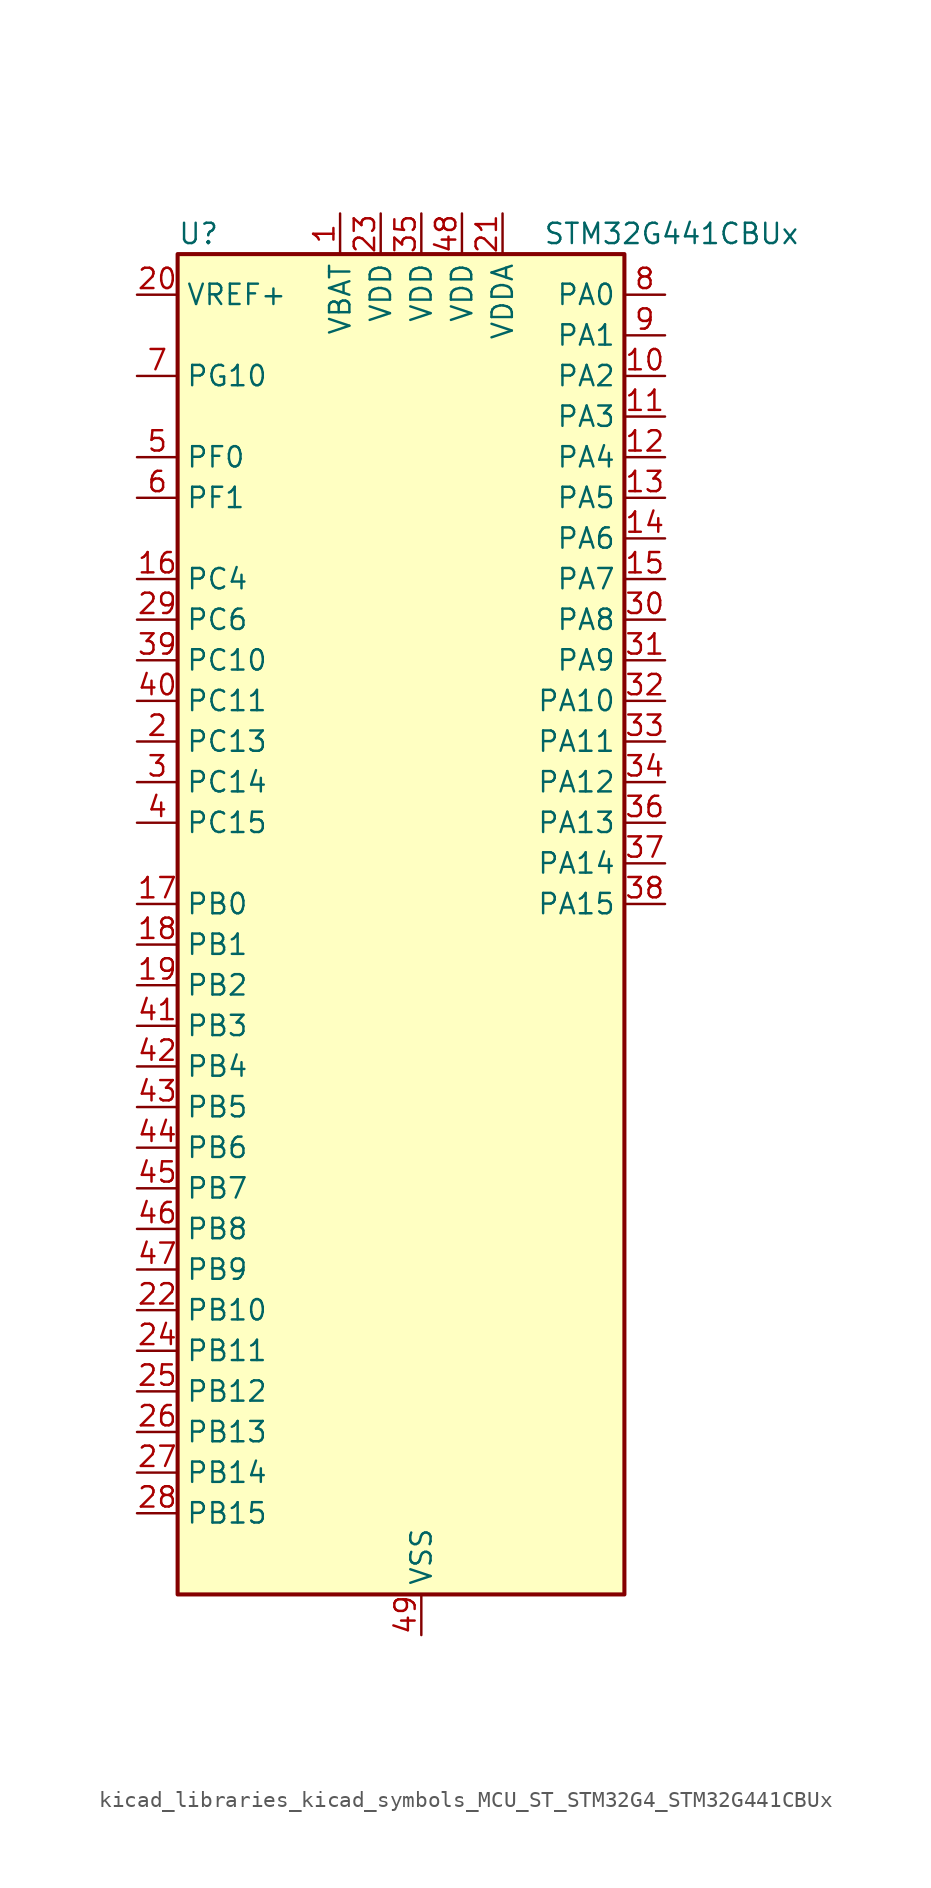
<source format=kicad_sym>
(kicad_symbol_lib
  (version 20220914)
  (generator kicad_symbol_editor)
  (symbol "kicad_libraries_kicad_symbols_MCU_ST_STM32G4_STM32G441CBUx"
    (property "Reference" "U"
      (at -12.7 44.45 0)
      (effects (font (size 1.27 1.27)) (justify left)))
    (property "Value" "STM32G441CBUx"
      (at 10.16 44.45 0)
      (effects (font (size 1.27 1.27)) (justify left)))
    (property "ki_locked" ""
      (at 0 0 0)
      (effects (font (size 1.27 1.27))))
    (symbol "kicad_libraries_kicad_symbols_MCU_ST_STM32G4_STM32G441CBUx_0_1"
      (rectangle (start -12.7 -40.64) (end 15.24 43.18) (stroke (width 0.254) (type default)) (fill (type background))))
    (symbol "kicad_libraries_kicad_symbols_MCU_ST_STM32G4_STM32G441CBUx_1_1"
      (pin power_in line (at -2.54 45.72 270) (length 2.54) (name "VBAT" (effects (font (size 1.27 1.27)))) (number "1" (effects (font (size 1.27 1.27)))))
      (pin bidirectional line (at 17.78 35.56 180) (length 2.54) (name "PA2" (effects (font (size 1.27 1.27)))) (number "10" (effects (font (size 1.27 1.27)))) (alternate "ADC1_IN3" bidirectional line) (alternate "COMP2_INM" bidirectional line) (alternate "COMP2_OUT" bidirectional line) (alternate "LPUART1_TX" bidirectional line) (alternate "OPAMP1_VOUT" bidirectional line) (alternate "RCC_LSCO" bidirectional line) (alternate "SYS_WKUP4" bidirectional line) (alternate "TIM15_CH1" bidirectional line) (alternate "TIM2_CH3" bidirectional line) (alternate "UCPD1_FRSTX1" bidirectional line) (alternate "UCPD1_FRSTX2" bidirectional line) (alternate "USART2_TX" bidirectional line))
      (pin bidirectional line (at 17.78 33.02 180) (length 2.54) (name "PA3" (effects (font (size 1.27 1.27)))) (number "11" (effects (font (size 1.27 1.27)))) (alternate "ADC1_IN4" bidirectional line) (alternate "COMP2_INP" bidirectional line) (alternate "LPUART1_RX" bidirectional line) (alternate "OPAMP1_VINM" bidirectional line) (alternate "OPAMP1_VINM0" bidirectional line) (alternate "OPAMP1_VINM_SEC" bidirectional line) (alternate "OPAMP1_VINP" bidirectional line) (alternate "OPAMP1_VINP_SEC" bidirectional line) (alternate "SAI1_CK1" bidirectional line) (alternate "SAI1_MCLK_A" bidirectional line) (alternate "TIM15_CH2" bidirectional line) (alternate "TIM2_CH4" bidirectional line) (alternate "USART2_RX" bidirectional line))
      (pin bidirectional line (at 17.78 30.48 180) (length 2.54) (name "PA4" (effects (font (size 1.27 1.27)))) (number "12" (effects (font (size 1.27 1.27)))) (alternate "ADC2_IN17" bidirectional line) (alternate "COMP1_INM" bidirectional line) (alternate "DAC1_OUT1" bidirectional line) (alternate "I2S3_WS" bidirectional line) (alternate "SAI1_FS_B" bidirectional line) (alternate "SPI1_NSS" bidirectional line) (alternate "SPI3_NSS" bidirectional line) (alternate "TIM3_CH2" bidirectional line) (alternate "USART2_CK" bidirectional line))
      (pin bidirectional line (at 17.78 27.94 180) (length 2.54) (name "PA5" (effects (font (size 1.27 1.27)))) (number "13" (effects (font (size 1.27 1.27)))) (alternate "ADC2_IN13" bidirectional line) (alternate "COMP2_INM" bidirectional line) (alternate "DAC1_OUT2" bidirectional line) (alternate "OPAMP2_VINM" bidirectional line) (alternate "OPAMP2_VINM0" bidirectional line) (alternate "OPAMP2_VINM_SEC" bidirectional line) (alternate "SPI1_SCK" bidirectional line) (alternate "TIM2_CH1" bidirectional line) (alternate "TIM2_ETR" bidirectional line) (alternate "UCPD1_FRSTX1" bidirectional line) (alternate "UCPD1_FRSTX2" bidirectional line))
      (pin bidirectional line (at 17.78 25.4 180) (length 2.54) (name "PA6" (effects (font (size 1.27 1.27)))) (number "14" (effects (font (size 1.27 1.27)))) (alternate "ADC2_IN3" bidirectional line) (alternate "COMP1_OUT" bidirectional line) (alternate "LPUART1_CTS" bidirectional line) (alternate "OPAMP2_VOUT" bidirectional line) (alternate "SPI1_MISO" bidirectional line) (alternate "TIM16_CH1" bidirectional line) (alternate "TIM1_BKIN" bidirectional line) (alternate "TIM3_CH1" bidirectional line) (alternate "TIM8_BKIN" bidirectional line))
      (pin bidirectional line (at 17.78 22.86 180) (length 2.54) (name "PA7" (effects (font (size 1.27 1.27)))) (number "15" (effects (font (size 1.27 1.27)))) (alternate "ADC2_IN4" bidirectional line) (alternate "COMP2_INP" bidirectional line) (alternate "COMP2_OUT" bidirectional line) (alternate "OPAMP1_VINP" bidirectional line) (alternate "OPAMP1_VINP_SEC" bidirectional line) (alternate "OPAMP2_VINP" bidirectional line) (alternate "OPAMP2_VINP_SEC" bidirectional line) (alternate "SPI1_MOSI" bidirectional line) (alternate "TIM17_CH1" bidirectional line) (alternate "TIM1_CH1N" bidirectional line) (alternate "TIM3_CH2" bidirectional line) (alternate "TIM8_CH1N" bidirectional line) (alternate "UCPD1_FRSTX1" bidirectional line) (alternate "UCPD1_FRSTX2" bidirectional line))
      (pin bidirectional line (at -15.24 22.86 0) (length 2.54) (name "PC4" (effects (font (size 1.27 1.27)))) (number "16" (effects (font (size 1.27 1.27)))) (alternate "ADC2_IN5" bidirectional line) (alternate "I2C2_SCL" bidirectional line) (alternate "TIM1_ETR" bidirectional line) (alternate "USART1_TX" bidirectional line))
      (pin bidirectional line (at -15.24 2.54 0) (length 2.54) (name "PB0" (effects (font (size 1.27 1.27)))) (number "17" (effects (font (size 1.27 1.27)))) (alternate "ADC1_IN15" bidirectional line) (alternate "COMP4_INP" bidirectional line) (alternate "OPAMP2_VINP" bidirectional line) (alternate "OPAMP2_VINP_SEC" bidirectional line) (alternate "OPAMP3_VINP" bidirectional line) (alternate "OPAMP3_VINP_SEC" bidirectional line) (alternate "TIM1_CH2N" bidirectional line) (alternate "TIM3_CH3" bidirectional line) (alternate "TIM8_CH2N" bidirectional line) (alternate "UCPD1_FRSTX1" bidirectional line) (alternate "UCPD1_FRSTX2" bidirectional line))
      (pin bidirectional line (at -15.24 0 0) (length 2.54) (name "PB1" (effects (font (size 1.27 1.27)))) (number "18" (effects (font (size 1.27 1.27)))) (alternate "ADC1_IN12" bidirectional line) (alternate "COMP1_INP" bidirectional line) (alternate "COMP4_OUT" bidirectional line) (alternate "LPUART1_DE" bidirectional line) (alternate "LPUART1_RTS" bidirectional line) (alternate "OPAMP3_VOUT" bidirectional line) (alternate "TIM1_CH3N" bidirectional line) (alternate "TIM3_CH4" bidirectional line) (alternate "TIM8_CH3N" bidirectional line))
      (pin bidirectional line (at -15.24 -2.54 0) (length 2.54) (name "PB2" (effects (font (size 1.27 1.27)))) (number "19" (effects (font (size 1.27 1.27)))) (alternate "ADC2_IN12" bidirectional line) (alternate "COMP4_INM" bidirectional line) (alternate "I2C3_SMBA" bidirectional line) (alternate "LPTIM1_OUT" bidirectional line) (alternate "OPAMP3_VINM" bidirectional line) (alternate "OPAMP3_VINM0" bidirectional line) (alternate "OPAMP3_VINM_SEC" bidirectional line) (alternate "RTC_OUT2" bidirectional line))
      (pin bidirectional line (at -15.24 12.7 0) (length 2.54) (name "PC13" (effects (font (size 1.27 1.27)))) (number "2" (effects (font (size 1.27 1.27)))) (alternate "RTC_OUT1" bidirectional line) (alternate "RTC_TAMP1" bidirectional line) (alternate "RTC_TS" bidirectional line) (alternate "SYS_WKUP2" bidirectional line) (alternate "TIM1_BKIN" bidirectional line) (alternate "TIM1_CH1N" bidirectional line) (alternate "TIM8_CH4N" bidirectional line))
      (pin input line (at -15.24 40.64 0) (length 2.54) (name "VREF+" (effects (font (size 1.27 1.27)))) (number "20" (effects (font (size 1.27 1.27)))) (alternate "VREFBUF_OUT" bidirectional line))
      (pin power_in line (at 7.62 45.72 270) (length 2.54) (name "VDDA" (effects (font (size 1.27 1.27)))) (number "21" (effects (font (size 1.27 1.27)))))
      (pin bidirectional line (at -15.24 -22.86 0) (length 2.54) (name "PB10" (effects (font (size 1.27 1.27)))) (number "22" (effects (font (size 1.27 1.27)))) (alternate "DAC1_EXTI10" bidirectional line) (alternate "DAC3_EXTI10" bidirectional line) (alternate "LPUART1_RX" bidirectional line) (alternate "OPAMP3_VINM" bidirectional line) (alternate "OPAMP3_VINM1" bidirectional line) (alternate "OPAMP3_VINM_SEC" bidirectional line) (alternate "SAI1_SCK_A" bidirectional line) (alternate "TIM1_BKIN" bidirectional line) (alternate "TIM2_CH3" bidirectional line) (alternate "USART3_TX" bidirectional line))
      (pin power_in line (at 0 45.72 270) (length 2.54) (name "VDD" (effects (font (size 1.27 1.27)))) (number "23" (effects (font (size 1.27 1.27)))))
      (pin bidirectional line (at -15.24 -25.4 0) (length 2.54) (name "PB11" (effects (font (size 1.27 1.27)))) (number "24" (effects (font (size 1.27 1.27)))) (alternate "ADC1_EXTI11" bidirectional line) (alternate "ADC1_IN14" bidirectional line) (alternate "ADC2_EXTI11" bidirectional line) (alternate "ADC2_IN14" bidirectional line) (alternate "LPUART1_TX" bidirectional line) (alternate "TIM2_CH4" bidirectional line) (alternate "USART3_RX" bidirectional line))
      (pin bidirectional line (at -15.24 -27.94 0) (length 2.54) (name "PB12" (effects (font (size 1.27 1.27)))) (number "25" (effects (font (size 1.27 1.27)))) (alternate "ADC1_IN11" bidirectional line) (alternate "I2C2_SMBA" bidirectional line) (alternate "I2S2_WS" bidirectional line) (alternate "LPUART1_DE" bidirectional line) (alternate "LPUART1_RTS" bidirectional line) (alternate "SPI2_NSS" bidirectional line) (alternate "TIM1_BKIN" bidirectional line) (alternate "USART3_CK" bidirectional line))
      (pin bidirectional line (at -15.24 -30.48 0) (length 2.54) (name "PB13" (effects (font (size 1.27 1.27)))) (number "26" (effects (font (size 1.27 1.27)))) (alternate "I2S2_CK" bidirectional line) (alternate "LPUART1_CTS" bidirectional line) (alternate "OPAMP3_VINP" bidirectional line) (alternate "OPAMP3_VINP_SEC" bidirectional line) (alternate "SPI2_SCK" bidirectional line) (alternate "TIM1_CH1N" bidirectional line) (alternate "USART3_CTS" bidirectional line) (alternate "USART3_NSS" bidirectional line))
      (pin bidirectional line (at -15.24 -33.02 0) (length 2.54) (name "PB14" (effects (font (size 1.27 1.27)))) (number "27" (effects (font (size 1.27 1.27)))) (alternate "ADC1_IN5" bidirectional line) (alternate "COMP4_OUT" bidirectional line) (alternate "OPAMP2_VINP" bidirectional line) (alternate "OPAMP2_VINP_SEC" bidirectional line) (alternate "SPI2_MISO" bidirectional line) (alternate "TIM15_CH1" bidirectional line) (alternate "TIM1_CH2N" bidirectional line) (alternate "USART3_DE" bidirectional line) (alternate "USART3_RTS" bidirectional line))
      (pin bidirectional line (at -15.24 -35.56 0) (length 2.54) (name "PB15" (effects (font (size 1.27 1.27)))) (number "28" (effects (font (size 1.27 1.27)))) (alternate "ADC1_EXTI15" bidirectional line) (alternate "ADC2_EXTI15" bidirectional line) (alternate "ADC2_IN15" bidirectional line) (alternate "COMP3_OUT" bidirectional line) (alternate "I2S2_SD" bidirectional line) (alternate "RTC_REFIN" bidirectional line) (alternate "SPI2_MOSI" bidirectional line) (alternate "TIM15_CH1N" bidirectional line) (alternate "TIM15_CH2" bidirectional line) (alternate "TIM1_CH3N" bidirectional line))
      (pin bidirectional line (at -15.24 20.32 0) (length 2.54) (name "PC6" (effects (font (size 1.27 1.27)))) (number "29" (effects (font (size 1.27 1.27)))) (alternate "I2S2_MCK" bidirectional line) (alternate "TIM3_CH1" bidirectional line) (alternate "TIM8_CH1" bidirectional line))
      (pin bidirectional line (at -15.24 10.16 0) (length 2.54) (name "PC14" (effects (font (size 1.27 1.27)))) (number "3" (effects (font (size 1.27 1.27)))) (alternate "RCC_OSC32_IN" bidirectional line))
      (pin bidirectional line (at 17.78 20.32 180) (length 2.54) (name "PA8" (effects (font (size 1.27 1.27)))) (number "30" (effects (font (size 1.27 1.27)))) (alternate "I2C2_SDA" bidirectional line) (alternate "I2C3_SCL" bidirectional line) (alternate "I2S2_MCK" bidirectional line) (alternate "RCC_MCO" bidirectional line) (alternate "SAI1_CK2" bidirectional line) (alternate "SAI1_SCK_A" bidirectional line) (alternate "TIM1_CH1" bidirectional line) (alternate "TIM4_ETR" bidirectional line) (alternate "USART1_CK" bidirectional line))
      (pin bidirectional line (at 17.78 17.78 180) (length 2.54) (name "PA9" (effects (font (size 1.27 1.27)))) (number "31" (effects (font (size 1.27 1.27)))) (alternate "DAC1_EXTI9" bidirectional line) (alternate "DAC3_EXTI9" bidirectional line) (alternate "I2C2_SCL" bidirectional line) (alternate "I2C3_SMBA" bidirectional line) (alternate "I2S3_MCK" bidirectional line) (alternate "SAI1_FS_A" bidirectional line) (alternate "TIM15_BKIN" bidirectional line) (alternate "TIM1_CH2" bidirectional line) (alternate "TIM2_CH3" bidirectional line) (alternate "UCPD1_DBCC1" bidirectional line) (alternate "USART1_TX" bidirectional line))
      (pin bidirectional line (at 17.78 15.24 180) (length 2.54) (name "PA10" (effects (font (size 1.27 1.27)))) (number "32" (effects (font (size 1.27 1.27)))) (alternate "CRS_SYNC" bidirectional line) (alternate "DAC1_EXTI10" bidirectional line) (alternate "DAC3_EXTI10" bidirectional line) (alternate "I2C2_SMBA" bidirectional line) (alternate "SAI1_D1" bidirectional line) (alternate "SAI1_SD_A" bidirectional line) (alternate "SPI2_MISO" bidirectional line) (alternate "TIM17_BKIN" bidirectional line) (alternate "TIM1_CH3" bidirectional line) (alternate "TIM2_CH4" bidirectional line) (alternate "TIM8_BKIN" bidirectional line) (alternate "UCPD1_DBCC2" bidirectional line) (alternate "USART1_RX" bidirectional line))
      (pin bidirectional line (at 17.78 12.7 180) (length 2.54) (name "PA11" (effects (font (size 1.27 1.27)))) (number "33" (effects (font (size 1.27 1.27)))) (alternate "ADC1_EXTI11" bidirectional line) (alternate "ADC2_EXTI11" bidirectional line) (alternate "COMP1_OUT" bidirectional line) (alternate "FDCAN1_RX" bidirectional line) (alternate "I2S2_SD" bidirectional line) (alternate "SPI2_MOSI" bidirectional line) (alternate "TIM1_BKIN2" bidirectional line) (alternate "TIM1_CH1N" bidirectional line) (alternate "TIM1_CH4" bidirectional line) (alternate "TIM4_CH1" bidirectional line) (alternate "USART1_CTS" bidirectional line) (alternate "USART1_NSS" bidirectional line) (alternate "USB_DM" bidirectional line))
      (pin bidirectional line (at 17.78 10.16 180) (length 2.54) (name "PA12" (effects (font (size 1.27 1.27)))) (number "34" (effects (font (size 1.27 1.27)))) (alternate "COMP2_OUT" bidirectional line) (alternate "FDCAN1_TX" bidirectional line) (alternate "I2S_CKIN" bidirectional line) (alternate "TIM16_CH1" bidirectional line) (alternate "TIM1_CH2N" bidirectional line) (alternate "TIM1_ETR" bidirectional line) (alternate "TIM4_CH2" bidirectional line) (alternate "USART1_DE" bidirectional line) (alternate "USART1_RTS" bidirectional line) (alternate "USB_DP" bidirectional line))
      (pin power_in line (at 2.54 45.72 270) (length 2.54) (name "VDD" (effects (font (size 1.27 1.27)))) (number "35" (effects (font (size 1.27 1.27)))))
      (pin bidirectional line (at 17.78 7.62 180) (length 2.54) (name "PA13" (effects (font (size 1.27 1.27)))) (number "36" (effects (font (size 1.27 1.27)))) (alternate "I2C1_SCL" bidirectional line) (alternate "IR_OUT" bidirectional line) (alternate "SAI1_SD_B" bidirectional line) (alternate "SYS_JTMS-SWDIO" bidirectional line) (alternate "TIM16_CH1N" bidirectional line) (alternate "TIM4_CH3" bidirectional line) (alternate "USART3_CTS" bidirectional line) (alternate "USART3_NSS" bidirectional line))
      (pin bidirectional line (at 17.78 5.08 180) (length 2.54) (name "PA14" (effects (font (size 1.27 1.27)))) (number "37" (effects (font (size 1.27 1.27)))) (alternate "I2C1_SDA" bidirectional line) (alternate "LPTIM1_OUT" bidirectional line) (alternate "SAI1_FS_B" bidirectional line) (alternate "SYS_JTCK-SWCLK" bidirectional line) (alternate "TIM1_BKIN" bidirectional line) (alternate "TIM8_CH2" bidirectional line) (alternate "USART2_TX" bidirectional line))
      (pin bidirectional line (at 17.78 2.54 180) (length 2.54) (name "PA15" (effects (font (size 1.27 1.27)))) (number "38" (effects (font (size 1.27 1.27)))) (alternate "ADC1_EXTI15" bidirectional line) (alternate "ADC2_EXTI15" bidirectional line) (alternate "I2C1_SCL" bidirectional line) (alternate "I2S3_WS" bidirectional line) (alternate "SPI1_NSS" bidirectional line) (alternate "SPI3_NSS" bidirectional line) (alternate "SYS_JTDI" bidirectional line) (alternate "TIM1_BKIN" bidirectional line) (alternate "TIM2_CH1" bidirectional line) (alternate "TIM2_ETR" bidirectional line) (alternate "TIM8_CH1" bidirectional line) (alternate "USART2_RX" bidirectional line))
      (pin bidirectional line (at -15.24 17.78 0) (length 2.54) (name "PC10" (effects (font (size 1.27 1.27)))) (number "39" (effects (font (size 1.27 1.27)))) (alternate "DAC1_EXTI10" bidirectional line) (alternate "DAC3_EXTI10" bidirectional line) (alternate "I2S3_CK" bidirectional line) (alternate "SPI3_SCK" bidirectional line) (alternate "TIM8_CH1N" bidirectional line) (alternate "USART3_TX" bidirectional line))
      (pin bidirectional line (at -15.24 7.62 0) (length 2.54) (name "PC15" (effects (font (size 1.27 1.27)))) (number "4" (effects (font (size 1.27 1.27)))) (alternate "ADC1_EXTI15" bidirectional line) (alternate "ADC2_EXTI15" bidirectional line) (alternate "RCC_OSC32_OUT" bidirectional line))
      (pin bidirectional line (at -15.24 15.24 0) (length 2.54) (name "PC11" (effects (font (size 1.27 1.27)))) (number "40" (effects (font (size 1.27 1.27)))) (alternate "ADC1_EXTI11" bidirectional line) (alternate "ADC2_EXTI11" bidirectional line) (alternate "I2C3_SDA" bidirectional line) (alternate "SPI3_MISO" bidirectional line) (alternate "TIM8_CH2N" bidirectional line) (alternate "USART3_RX" bidirectional line))
      (pin bidirectional line (at -15.24 -5.08 0) (length 2.54) (name "PB3" (effects (font (size 1.27 1.27)))) (number "41" (effects (font (size 1.27 1.27)))) (alternate "CRS_SYNC" bidirectional line) (alternate "I2S3_CK" bidirectional line) (alternate "SAI1_SCK_B" bidirectional line) (alternate "SPI1_SCK" bidirectional line) (alternate "SPI3_SCK" bidirectional line) (alternate "SYS_JTDO-SWO" bidirectional line) (alternate "TIM2_CH2" bidirectional line) (alternate "TIM3_ETR" bidirectional line) (alternate "TIM4_ETR" bidirectional line) (alternate "TIM8_CH1N" bidirectional line) (alternate "USART2_TX" bidirectional line))
      (pin bidirectional line (at -15.24 -7.62 0) (length 2.54) (name "PB4" (effects (font (size 1.27 1.27)))) (number "42" (effects (font (size 1.27 1.27)))) (alternate "SAI1_MCLK_B" bidirectional line) (alternate "SPI1_MISO" bidirectional line) (alternate "SPI3_MISO" bidirectional line) (alternate "SYS_JTRST" bidirectional line) (alternate "TIM16_CH1" bidirectional line) (alternate "TIM17_BKIN" bidirectional line) (alternate "TIM3_CH1" bidirectional line) (alternate "TIM8_CH2N" bidirectional line) (alternate "UCPD1_CC2" bidirectional line) (alternate "USART2_RX" bidirectional line))
      (pin bidirectional line (at -15.24 -10.16 0) (length 2.54) (name "PB5" (effects (font (size 1.27 1.27)))) (number "43" (effects (font (size 1.27 1.27)))) (alternate "I2C1_SMBA" bidirectional line) (alternate "I2C3_SDA" bidirectional line) (alternate "I2S3_SD" bidirectional line) (alternate "LPTIM1_IN1" bidirectional line) (alternate "SAI1_SD_B" bidirectional line) (alternate "SPI1_MOSI" bidirectional line) (alternate "SPI3_MOSI" bidirectional line) (alternate "TIM16_BKIN" bidirectional line) (alternate "TIM17_CH1" bidirectional line) (alternate "TIM3_CH2" bidirectional line) (alternate "TIM8_CH3N" bidirectional line) (alternate "USART2_CK" bidirectional line))
      (pin bidirectional line (at -15.24 -12.7 0) (length 2.54) (name "PB6" (effects (font (size 1.27 1.27)))) (number "44" (effects (font (size 1.27 1.27)))) (alternate "COMP4_OUT" bidirectional line) (alternate "LPTIM1_ETR" bidirectional line) (alternate "SAI1_FS_B" bidirectional line) (alternate "TIM16_CH1N" bidirectional line) (alternate "TIM4_CH1" bidirectional line) (alternate "TIM8_BKIN2" bidirectional line) (alternate "TIM8_CH1" bidirectional line) (alternate "TIM8_ETR" bidirectional line) (alternate "UCPD1_CC1" bidirectional line) (alternate "USART1_TX" bidirectional line))
      (pin bidirectional line (at -15.24 -15.24 0) (length 2.54) (name "PB7" (effects (font (size 1.27 1.27)))) (number "45" (effects (font (size 1.27 1.27)))) (alternate "COMP3_OUT" bidirectional line) (alternate "I2C1_SDA" bidirectional line) (alternate "LPTIM1_IN2" bidirectional line) (alternate "SYS_PVD_IN" bidirectional line) (alternate "TIM17_CH1N" bidirectional line) (alternate "TIM3_CH4" bidirectional line) (alternate "TIM4_CH2" bidirectional line) (alternate "TIM8_BKIN" bidirectional line) (alternate "USART1_RX" bidirectional line))
      (pin bidirectional line (at -15.24 -17.78 0) (length 2.54) (name "PB8" (effects (font (size 1.27 1.27)))) (number "46" (effects (font (size 1.27 1.27)))) (alternate "COMP1_OUT" bidirectional line) (alternate "FDCAN1_RX" bidirectional line) (alternate "I2C1_SCL" bidirectional line) (alternate "SAI1_CK1" bidirectional line) (alternate "SAI1_MCLK_A" bidirectional line) (alternate "TIM16_CH1" bidirectional line) (alternate "TIM1_BKIN" bidirectional line) (alternate "TIM4_CH3" bidirectional line) (alternate "TIM8_CH2" bidirectional line) (alternate "USART3_RX" bidirectional line))
      (pin bidirectional line (at -15.24 -20.32 0) (length 2.54) (name "PB9" (effects (font (size 1.27 1.27)))) (number "47" (effects (font (size 1.27 1.27)))) (alternate "COMP2_OUT" bidirectional line) (alternate "DAC1_EXTI9" bidirectional line) (alternate "DAC3_EXTI9" bidirectional line) (alternate "FDCAN1_TX" bidirectional line) (alternate "I2C1_SDA" bidirectional line) (alternate "IR_OUT" bidirectional line) (alternate "SAI1_D2" bidirectional line) (alternate "SAI1_FS_A" bidirectional line) (alternate "TIM17_CH1" bidirectional line) (alternate "TIM1_CH3N" bidirectional line) (alternate "TIM4_CH4" bidirectional line) (alternate "TIM8_CH3" bidirectional line) (alternate "USART3_TX" bidirectional line))
      (pin power_in line (at 5.08 45.72 270) (length 2.54) (name "VDD" (effects (font (size 1.27 1.27)))) (number "48" (effects (font (size 1.27 1.27)))))
      (pin power_in line (at 2.54 -43.18 90) (length 2.54) (name "VSS" (effects (font (size 1.27 1.27)))) (number "49" (effects (font (size 1.27 1.27)))))
      (pin bidirectional line (at -15.24 30.48 0) (length 2.54) (name "PF0" (effects (font (size 1.27 1.27)))) (number "5" (effects (font (size 1.27 1.27)))) (alternate "ADC1_IN10" bidirectional line) (alternate "I2C2_SDA" bidirectional line) (alternate "I2S2_WS" bidirectional line) (alternate "RCC_OSC_IN" bidirectional line) (alternate "SPI2_NSS" bidirectional line) (alternate "TIM1_CH3N" bidirectional line))
      (pin bidirectional line (at -15.24 27.94 0) (length 2.54) (name "PF1" (effects (font (size 1.27 1.27)))) (number "6" (effects (font (size 1.27 1.27)))) (alternate "ADC2_IN10" bidirectional line) (alternate "COMP3_INM" bidirectional line) (alternate "I2S2_CK" bidirectional line) (alternate "RCC_OSC_OUT" bidirectional line) (alternate "SPI2_SCK" bidirectional line))
      (pin bidirectional line (at -15.24 35.56 0) (length 2.54) (name "PG10" (effects (font (size 1.27 1.27)))) (number "7" (effects (font (size 1.27 1.27)))) (alternate "DAC1_EXTI10" bidirectional line) (alternate "DAC3_EXTI10" bidirectional line) (alternate "RCC_MCO" bidirectional line))
      (pin bidirectional line (at 17.78 40.64 180) (length 2.54) (name "PA0" (effects (font (size 1.27 1.27)))) (number "8" (effects (font (size 1.27 1.27)))) (alternate "ADC1_IN1" bidirectional line) (alternate "ADC2_IN1" bidirectional line) (alternate "COMP1_INM" bidirectional line) (alternate "COMP1_OUT" bidirectional line) (alternate "COMP3_INP" bidirectional line) (alternate "RTC_TAMP2" bidirectional line) (alternate "SYS_WKUP1" bidirectional line) (alternate "TIM2_CH1" bidirectional line) (alternate "TIM2_ETR" bidirectional line) (alternate "TIM8_BKIN" bidirectional line) (alternate "TIM8_ETR" bidirectional line) (alternate "USART2_CTS" bidirectional line) (alternate "USART2_NSS" bidirectional line))
      (pin bidirectional line (at 17.78 38.1 180) (length 2.54) (name "PA1" (effects (font (size 1.27 1.27)))) (number "9" (effects (font (size 1.27 1.27)))) (alternate "ADC1_IN2" bidirectional line) (alternate "ADC2_IN2" bidirectional line) (alternate "COMP1_INP" bidirectional line) (alternate "OPAMP1_VINP" bidirectional line) (alternate "OPAMP1_VINP_SEC" bidirectional line) (alternate "OPAMP3_VINP" bidirectional line) (alternate "OPAMP3_VINP_SEC" bidirectional line) (alternate "RTC_REFIN" bidirectional line) (alternate "TIM15_CH1N" bidirectional line) (alternate "TIM2_CH2" bidirectional line) (alternate "USART2_DE" bidirectional line) (alternate "USART2_RTS" bidirectional line)))))
</source>
